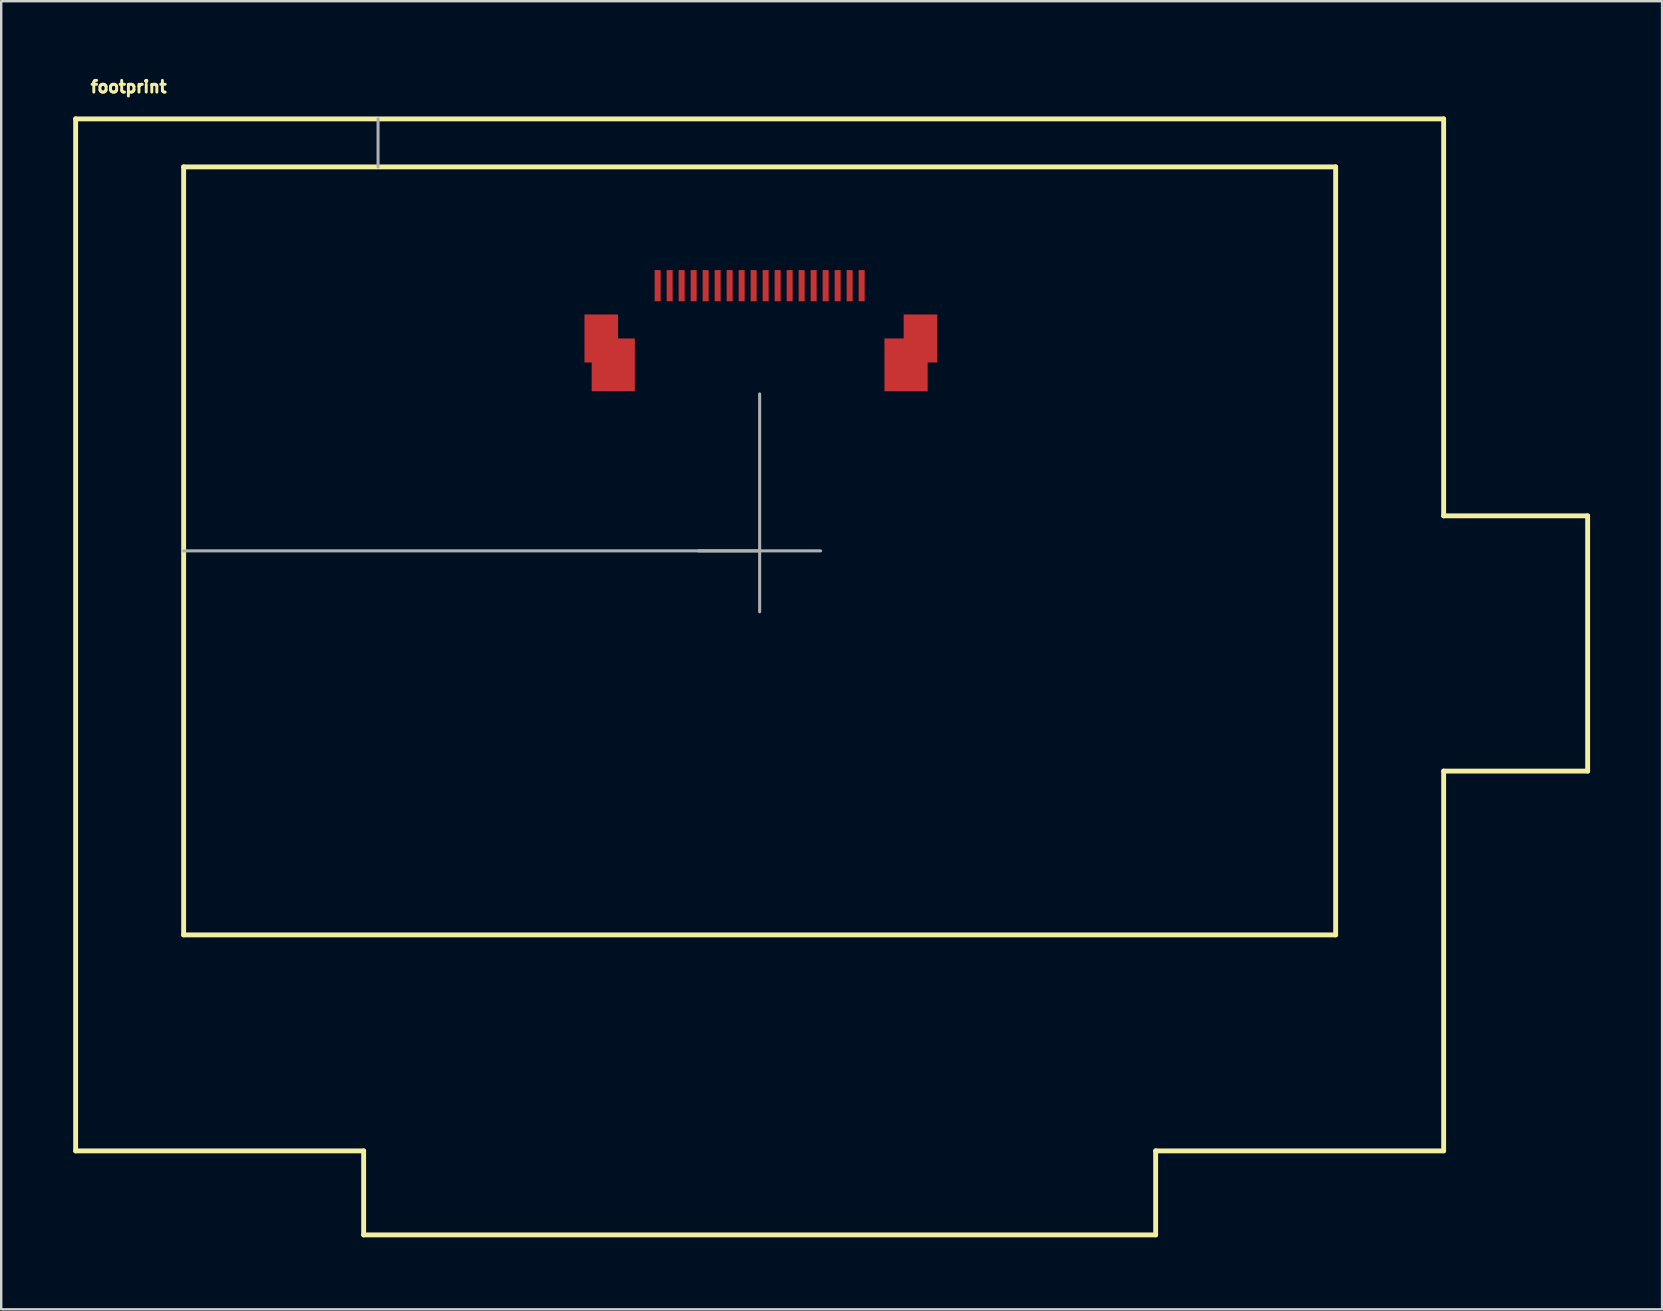
<source format=kicad_pcb>
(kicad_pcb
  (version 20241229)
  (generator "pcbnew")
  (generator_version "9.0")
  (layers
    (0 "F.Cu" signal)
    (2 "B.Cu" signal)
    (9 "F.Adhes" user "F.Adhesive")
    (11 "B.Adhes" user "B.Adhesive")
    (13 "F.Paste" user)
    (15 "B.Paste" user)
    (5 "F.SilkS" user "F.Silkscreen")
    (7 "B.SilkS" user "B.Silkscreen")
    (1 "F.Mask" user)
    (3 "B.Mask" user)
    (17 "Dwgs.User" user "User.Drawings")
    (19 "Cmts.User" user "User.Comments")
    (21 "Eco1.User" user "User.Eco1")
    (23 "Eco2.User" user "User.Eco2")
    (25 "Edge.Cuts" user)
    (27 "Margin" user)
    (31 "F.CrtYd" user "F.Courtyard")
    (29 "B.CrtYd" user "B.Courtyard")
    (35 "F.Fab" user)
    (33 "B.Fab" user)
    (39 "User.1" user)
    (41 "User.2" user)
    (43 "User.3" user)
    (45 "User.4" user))
  (footprint "footprint"
    (layer "F.Cu")
    (at 28.602 19.903)
    (property "Reference" "footprint" (at -27.94 -19.05 0) (layer "F.SilkS") (effects (font (size 0.488 0.488) (thickness 0.122)) (justify left bottom)))
    (fp_line (start -28.5 -18) (end -28.5 25) (stroke (width 0.203) (type solid)) (layer "F.SilkS"))
    (fp_line (start -28.5 25) (end -16.5 25) (stroke (width 0.203) (type solid)) (layer "F.SilkS"))
    (fp_line (start -24 -16) (end 24 -16) (stroke (width 0.203) (type solid)) (layer "F.SilkS"))
    (fp_line (start -24 16) (end -24 -16) (stroke (width 0.203) (type solid)) (layer "F.SilkS"))
    (fp_line (start -24 16) (end 24 16) (stroke (width 0.203) (type solid)) (layer "F.SilkS"))
    (fp_line (start -16.5 28.5) (end -16.5 25) (stroke (width 0.203) (type solid)) (layer "F.SilkS"))
    (fp_line (start 16.5 25) (end 16.5 28.5) (stroke (width 0.203) (type solid)) (layer "F.SilkS"))
    (fp_line (start 16.5 25) (end 28.5 25) (stroke (width 0.203) (type solid)) (layer "F.SilkS"))
    (fp_line (start 16.5 28.5) (end -16.5 28.5) (stroke (width 0.203) (type solid)) (layer "F.SilkS"))
    (fp_line (start 24 16) (end 24 -16) (stroke (width 0.203) (type solid)) (layer "F.SilkS"))
    (fp_line (start 28.5 -18) (end -28.5 -18) (stroke (width 0.203) (type solid)) (layer "F.SilkS"))
    (fp_line (start 28.5 -1.46) (end 28.5 -18) (stroke (width 0.203) (type solid)) (layer "F.SilkS"))
    (fp_line (start 28.5 -1.46) (end 34.5 -1.46) (stroke (width 0.203) (type solid)) (layer "F.SilkS"))
    (fp_line (start 28.5 9.175) (end 34.5 9.175) (stroke (width 0.203) (type solid)) (layer "F.SilkS"))
    (fp_line (start 28.5 25) (end 28.5 9.175) (stroke (width 0.203) (type solid)) (layer "F.SilkS"))
    (fp_line (start 34.5 9.175) (end 34.5 -1.46) (stroke (width 0.203) (type solid)) (layer "F.SilkS"))
    (fp_line (start -24 0) (end 0 0) (stroke (width 0.127) (type solid)) (layer "F.Fab"))
    (fp_line (start -15.9 -16) (end -15.9 -18) (stroke (width 0.127) (type solid)) (layer "F.Fab"))
    (fp_line (start 0 2.54) (end 0 -6.54) (stroke (width 0.127) (type solid)) (layer "F.Fab"))
    (fp_line (start 2.54 0) (end -2.54 0) (stroke (width 0.127) (type solid)) (layer "F.Fab"))
    (pad "P$1" smd rect (at -4.25 -11.05 90) (size 1.3 0.25) (layers "F.Cu" "F.Mask" "F.Paste"))
    (pad "P$2" smd rect (at -3.75 -11.05 90) (size 1.3 0.25) (layers "F.Cu" "F.Mask" "F.Paste"))
    (pad "P$3" smd rect (at -3.25 -11.05 90) (size 1.3 0.25) (layers "F.Cu" "F.Mask" "F.Paste"))
    (pad "P$4" smd rect (at -2.75 -11.05 90) (size 1.3 0.25) (layers "F.Cu" "F.Mask" "F.Paste"))
    (pad "P$5" smd rect (at -2.25 -11.05 90) (size 1.3 0.25) (layers "F.Cu" "F.Mask" "F.Paste"))
    (pad "P$6" smd rect (at -1.75 -11.05 90) (size 1.3 0.25) (layers "F.Cu" "F.Mask" "F.Paste"))
    (pad "P$7" smd rect (at -1.25 -11.05 90) (size 1.3 0.25) (layers "F.Cu" "F.Mask" "F.Paste"))
    (pad "P$8" smd rect (at -0.75 -11.05 90) (size 1.3 0.25) (layers "F.Cu" "F.Mask" "F.Paste"))
    (pad "P$9" smd rect (at -0.25 -11.05 90) (size 1.3 0.25) (layers "F.Cu" "F.Mask" "F.Paste"))
    (pad "P$10" smd rect (at 0.25 -11.05 90) (size 1.3 0.25) (layers "F.Cu" "F.Mask" "F.Paste"))
    (pad "P$11" smd rect (at 0.75 -11.05 90) (size 1.3 0.25) (layers "F.Cu" "F.Mask" "F.Paste"))
    (pad "P$12" smd rect (at 1.25 -11.05 90) (size 1.3 0.25) (layers "F.Cu" "F.Mask" "F.Paste"))
    (pad "P$13" smd rect (at 1.75 -11.05 90) (size 1.3 0.25) (layers "F.Cu" "F.Mask" "F.Paste"))
    (pad "P$14" smd rect (at 2.25 -11.05 90) (size 1.3 0.25) (layers "F.Cu" "F.Mask" "F.Paste"))
    (pad "P$15" smd rect (at 2.75 -11.05 90) (size 1.3 0.25) (layers "F.Cu" "F.Mask" "F.Paste"))
    (pad "P$16" smd rect (at 3.25 -11.05 90) (size 1.3 0.25) (layers "F.Cu" "F.Mask" "F.Paste"))
    (pad "P$17" smd rect (at 3.75 -11.05 90) (size 1.3 0.25) (layers "F.Cu" "F.Mask" "F.Paste"))
    (pad "P$18" smd rect (at 4.25 -11.05 90) (size 1.3 0.25) (layers "F.Cu" "F.Mask" "F.Paste"))
    (pad "P$19" smd rect (at -6.6 -8.85) (size 1.4 2) (layers "F.Cu" "F.Mask" "F.Paste"))
    (pad "P$20" smd rect (at 6.7 -8.85) (size 1.4 2) (layers "F.Cu" "F.Mask" "F.Paste"))
    (pad "P$21" smd rect (at 6.1 -7.75) (size 1.8 2.2) (layers "F.Cu" "F.Mask" "F.Paste"))
    (pad "P$22" smd rect (at -6.1 -7.75) (size 1.8 2.2) (layers "F.Cu" "F.Mask" "F.Paste")))
  (gr_rect
    (start -3 -3)
    (end 66.203 51.505)
    (stroke (width 0.1) (type default))
    (fill no)
    (layer "Edge.Cuts")))
</source>
